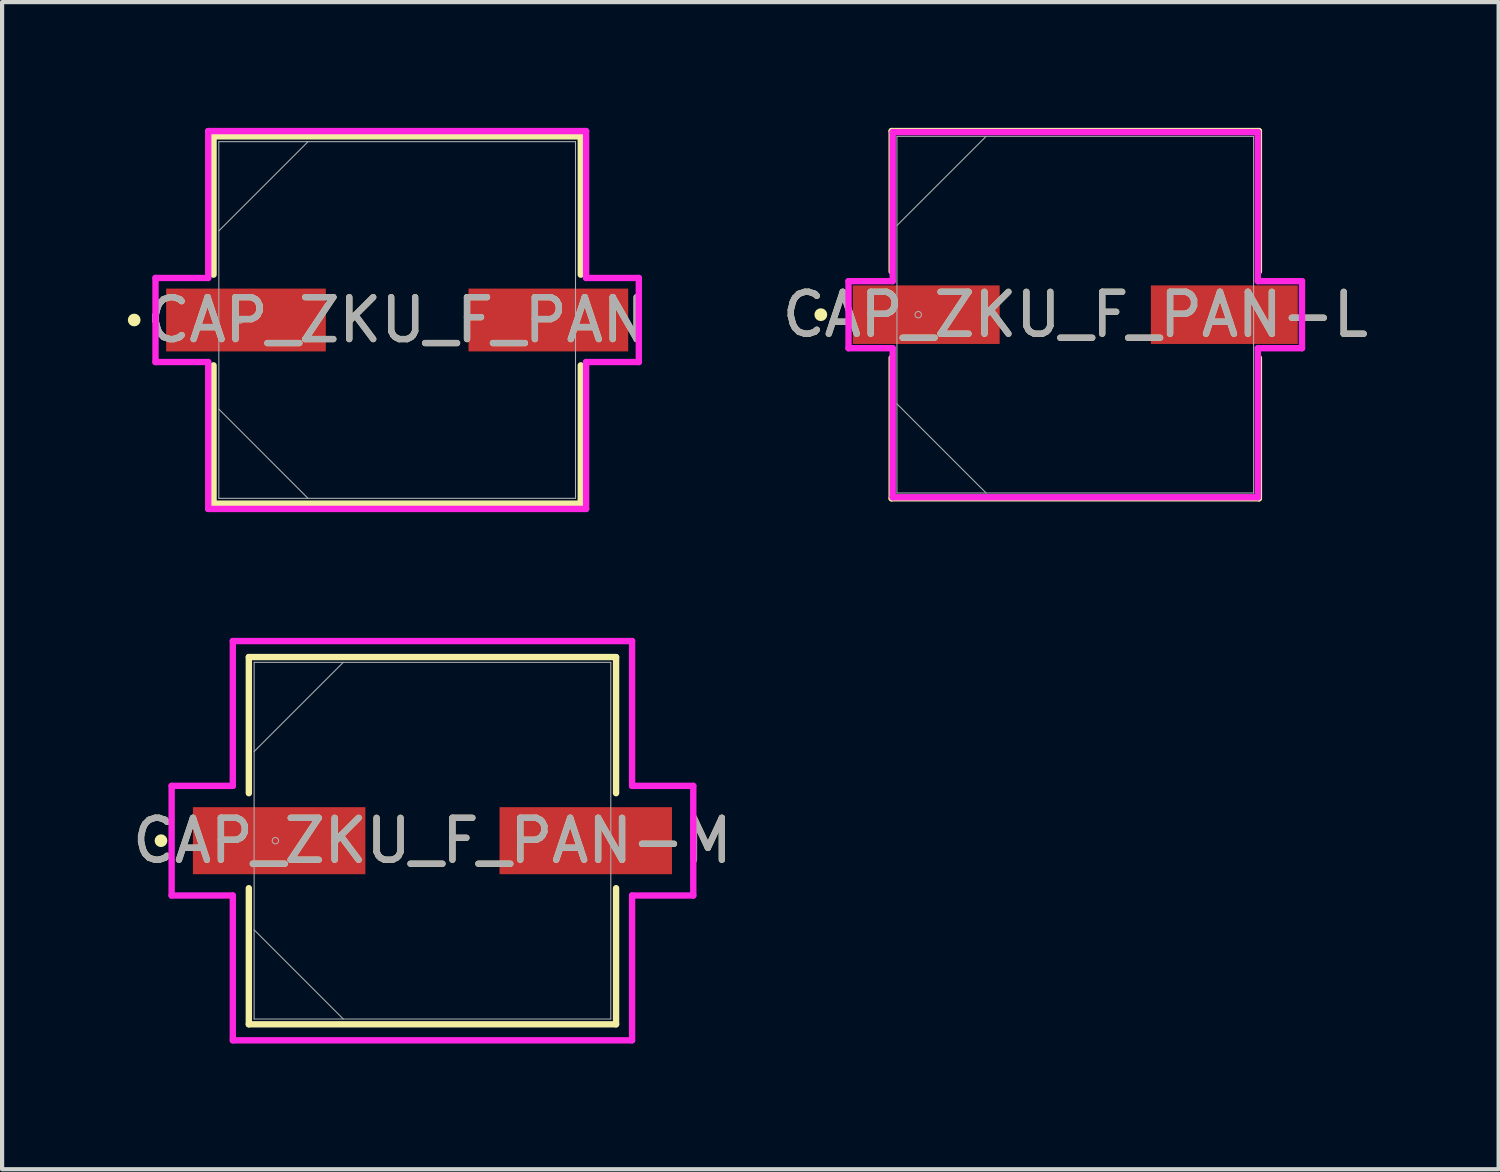
<source format=kicad_pcb>
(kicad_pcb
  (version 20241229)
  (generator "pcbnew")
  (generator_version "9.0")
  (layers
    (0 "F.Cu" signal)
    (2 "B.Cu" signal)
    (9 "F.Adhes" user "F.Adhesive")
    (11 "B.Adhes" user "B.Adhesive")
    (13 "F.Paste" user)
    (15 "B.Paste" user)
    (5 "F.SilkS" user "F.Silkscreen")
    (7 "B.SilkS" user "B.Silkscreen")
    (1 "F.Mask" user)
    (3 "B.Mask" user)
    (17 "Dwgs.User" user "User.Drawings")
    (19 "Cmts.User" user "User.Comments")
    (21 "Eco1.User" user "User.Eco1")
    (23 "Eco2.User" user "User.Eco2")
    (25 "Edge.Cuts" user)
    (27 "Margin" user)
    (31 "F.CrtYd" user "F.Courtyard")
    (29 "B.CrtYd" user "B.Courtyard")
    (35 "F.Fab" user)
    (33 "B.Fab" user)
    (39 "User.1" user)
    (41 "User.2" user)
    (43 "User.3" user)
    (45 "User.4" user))
  (footprint "CAP_ZKU_F_PAN"
    (layer "F.Cu")
    (at 6.426 4.585)
    (property "Reference" "CAP_ZKU_F_PAN" (at 0 0 0) (unlocked yes) (layer "F.SilkS") (effects (font (size 1 1) (thickness 0.15))))
    (attr smd)
    (fp_line (start -4.381 -4.381) (end -4.381 -1.082) (stroke (width 0.152) (type solid)) (layer "F.SilkS"))
    (fp_line (start -4.381 1.082) (end -4.381 4.381) (stroke (width 0.152) (type solid)) (layer "F.SilkS"))
    (fp_line (start -4.381 4.381) (end 4.381 4.381) (stroke (width 0.152) (type solid)) (layer "F.SilkS"))
    (fp_line (start 4.381 -4.381) (end -4.381 -4.381) (stroke (width 0.152) (type solid)) (layer "F.SilkS"))
    (fp_line (start 4.381 -1.082) (end 4.381 -4.381) (stroke (width 0.152) (type solid)) (layer "F.SilkS"))
    (fp_line (start 4.381 4.381) (end 4.381 1.082) (stroke (width 0.152) (type solid)) (layer "F.SilkS"))
    (fp_circle (center -6.274 0) (end -6.198 0) (stroke (width 0.152) (type solid)) (fill no) (layer "F.SilkS"))
    (fp_line (start -5.766 -1.003) (end -4.508 -1.003) (stroke (width 0.152) (type solid)) (layer "F.CrtYd"))
    (fp_line (start -5.766 1.003) (end -5.766 -1.003) (stroke (width 0.152) (type solid)) (layer "F.CrtYd"))
    (fp_line (start -4.508 -4.508) (end 4.508 -4.508) (stroke (width 0.152) (type solid)) (layer "F.CrtYd"))
    (fp_line (start -4.508 -1.003) (end -4.508 -4.508) (stroke (width 0.152) (type solid)) (layer "F.CrtYd"))
    (fp_line (start -4.508 1.003) (end -5.766 1.003) (stroke (width 0.152) (type solid)) (layer "F.CrtYd"))
    (fp_line (start -4.508 4.508) (end -4.508 1.003) (stroke (width 0.152) (type solid)) (layer "F.CrtYd"))
    (fp_line (start 4.508 -4.508) (end 4.508 -1.003) (stroke (width 0.152) (type solid)) (layer "F.CrtYd"))
    (fp_line (start 4.508 -1.003) (end 5.766 -1.003) (stroke (width 0.152) (type solid)) (layer "F.CrtYd"))
    (fp_line (start 4.508 1.003) (end 4.508 4.508) (stroke (width 0.152) (type solid)) (layer "F.CrtYd"))
    (fp_line (start 4.508 4.508) (end -4.508 4.508) (stroke (width 0.152) (type solid)) (layer "F.CrtYd"))
    (fp_line (start 5.766 -1.003) (end 5.766 1.003) (stroke (width 0.152) (type solid)) (layer "F.CrtYd"))
    (fp_line (start 5.766 1.003) (end 4.508 1.003) (stroke (width 0.152) (type solid)) (layer "F.CrtYd"))
    (fp_line (start -4.255 -4.255) (end -4.255 4.255) (stroke (width 0.025) (type solid)) (layer "F.Fab"))
    (fp_line (start -4.255 -2.127) (end -2.127 -4.255) (stroke (width 0.025) (type solid)) (layer "F.Fab"))
    (fp_line (start -4.255 2.127) (end -2.127 4.255) (stroke (width 0.025) (type solid)) (layer "F.Fab"))
    (fp_line (start -4.255 4.255) (end 4.255 4.255) (stroke (width 0.025) (type solid)) (layer "F.Fab"))
    (fp_line (start 4.255 -4.255) (end -4.255 -4.255) (stroke (width 0.025) (type solid)) (layer "F.Fab"))
    (fp_line (start 4.255 4.255) (end 4.255 -4.255) (stroke (width 0.025) (type solid)) (layer "F.Fab"))
    (fp_circle (center -3.747 0) (end -3.67 0) (stroke (width 0.025) (type solid)) (fill no) (layer "F.Fab"))
    (fp_text user "${REFERENCE}" (at 0 0 0) (unlocked yes) (layer "F.Fab") (effects (font (size 1 1) (thickness 0.15))))
    (pad "1" smd rect (at -3.607 0) (size 3.81 1.499) (layers "F.Cu" "F.Mask" "F.Paste"))
    (pad "2" smd rect (at 3.607 0) (size 3.81 1.499) (layers "F.Cu" "F.Mask" "F.Paste"))
    (zone (net_name "") (layer "F.Cu") (hatch full 0.508) (connect_pads) (min_thickness 0.254) (filled_areas_thickness no) (keepout (tracks not_allowed) (vias not_allowed) (pads allowed) (copperpour not_allowed) (footprints allowed)) (placement (enabled no)) (fill) (polygon (pts (xy 2.223 0.381) (xy 10.63 0.381) (xy 10.63 3.785) (xy 2.223 3.785))))
    (zone (net_name "") (layer "F.Cu") (hatch full 0.508) (connect_pads) (min_thickness 0.254) (filled_areas_thickness no) (keepout (tracks not_allowed) (vias not_allowed) (pads allowed) (copperpour not_allowed) (footprints allowed)) (placement (enabled no)) (fill) (polygon (pts (xy 2.223 5.385) (xy 10.63 5.385) (xy 10.63 8.788) (xy 2.223 8.788))))
    (zone (net_name "") (layer "F.Cu") (hatch full 0.508) (connect_pads) (min_thickness 0.254) (filled_areas_thickness no) (keepout (tracks not_allowed) (vias not_allowed) (pads allowed) (copperpour not_allowed) (footprints allowed)) (placement (enabled no)) (fill) (polygon (pts (xy 4.775 3.785) (xy 8.077 3.785) (xy 8.077 5.385) (xy 4.775 5.385)))))
  (footprint "CAP_ZKU_F_PAN-L"
    (layer "F.Cu")
    (at 22.605 4.458)
    (property "Reference" "CAP_ZKU_F_PAN-L" (at 0 0 0) (unlocked yes) (layer "F.SilkS") (effects (font (size 1 1) (thickness 0.15))))
    (attr smd)
    (fp_line (start -4.381 -4.381) (end -4.381 -1.031) (stroke (width 0.152) (type solid)) (layer "F.SilkS"))
    (fp_line (start -4.381 1.031) (end -4.381 4.381) (stroke (width 0.152) (type solid)) (layer "F.SilkS"))
    (fp_line (start -4.381 4.381) (end 4.381 4.381) (stroke (width 0.152) (type solid)) (layer "F.SilkS"))
    (fp_line (start 4.381 -4.381) (end -4.381 -4.381) (stroke (width 0.152) (type solid)) (layer "F.SilkS"))
    (fp_line (start 4.381 -1.031) (end 4.381 -4.381) (stroke (width 0.152) (type solid)) (layer "F.SilkS"))
    (fp_line (start 4.381 4.381) (end 4.381 1.031) (stroke (width 0.152) (type solid)) (layer "F.SilkS"))
    (fp_circle (center -6.071 0) (end -5.994 0) (stroke (width 0.152) (type solid)) (fill no) (layer "F.SilkS"))
    (fp_line (start -5.41 -0.8) (end -4.356 -0.8) (stroke (width 0.152) (type solid)) (layer "F.CrtYd"))
    (fp_line (start -5.41 0.8) (end -5.41 -0.8) (stroke (width 0.152) (type solid)) (layer "F.CrtYd"))
    (fp_line (start -4.356 -4.356) (end 4.356 -4.356) (stroke (width 0.152) (type solid)) (layer "F.CrtYd"))
    (fp_line (start -4.356 -0.8) (end -4.356 -4.356) (stroke (width 0.152) (type solid)) (layer "F.CrtYd"))
    (fp_line (start -4.356 0.8) (end -5.41 0.8) (stroke (width 0.152) (type solid)) (layer "F.CrtYd"))
    (fp_line (start -4.356 4.356) (end -4.356 0.8) (stroke (width 0.152) (type solid)) (layer "F.CrtYd"))
    (fp_line (start 4.356 -4.356) (end 4.356 -0.8) (stroke (width 0.152) (type solid)) (layer "F.CrtYd"))
    (fp_line (start 4.356 -0.8) (end 5.41 -0.8) (stroke (width 0.152) (type solid)) (layer "F.CrtYd"))
    (fp_line (start 4.356 0.8) (end 4.356 4.356) (stroke (width 0.152) (type solid)) (layer "F.CrtYd"))
    (fp_line (start 4.356 4.356) (end -4.356 4.356) (stroke (width 0.152) (type solid)) (layer "F.CrtYd"))
    (fp_line (start 5.41 -0.8) (end 5.41 0.8) (stroke (width 0.152) (type solid)) (layer "F.CrtYd"))
    (fp_line (start 5.41 0.8) (end 4.356 0.8) (stroke (width 0.152) (type solid)) (layer "F.CrtYd"))
    (fp_line (start -4.255 -4.255) (end -4.255 4.255) (stroke (width 0.025) (type solid)) (layer "F.Fab"))
    (fp_line (start -4.255 -2.127) (end -2.127 -4.255) (stroke (width 0.025) (type solid)) (layer "F.Fab"))
    (fp_line (start -4.255 2.127) (end -2.127 4.255) (stroke (width 0.025) (type solid)) (layer "F.Fab"))
    (fp_line (start -4.255 4.255) (end 4.255 4.255) (stroke (width 0.025) (type solid)) (layer "F.Fab"))
    (fp_line (start 4.255 -4.255) (end -4.255 -4.255) (stroke (width 0.025) (type solid)) (layer "F.Fab"))
    (fp_line (start 4.255 4.255) (end 4.255 -4.255) (stroke (width 0.025) (type solid)) (layer "F.Fab"))
    (fp_circle (center -3.747 0) (end -3.67 0) (stroke (width 0.025) (type solid)) (fill no) (layer "F.Fab"))
    (fp_text user "${REFERENCE}" (at 0 0 0) (unlocked yes) (layer "F.Fab") (effects (font (size 1 1) (thickness 0.15))))
    (pad "1" smd rect (at -3.556 0) (size 3.505 1.397) (layers "F.Cu" "F.Mask" "F.Paste"))
    (pad "2" smd rect (at 3.556 0) (size 3.505 1.397) (layers "F.Cu" "F.Mask" "F.Paste"))
    (zone (net_name "") (layer "F.Cu") (hatch full 0.508) (connect_pads) (min_thickness 0.254) (filled_areas_thickness no) (keepout (tracks not_allowed) (vias not_allowed) (pads allowed) (copperpour not_allowed) (footprints allowed)) (placement (enabled no)) (fill) (polygon (pts (xy 18.401 0.254) (xy 26.808 0.254) (xy 26.808 3.708) (xy 18.401 3.708))))
    (zone (net_name "") (layer "F.Cu") (hatch full 0.508) (connect_pads) (min_thickness 0.254) (filled_areas_thickness no) (keepout (tracks not_allowed) (vias not_allowed) (pads allowed) (copperpour not_allowed) (footprints allowed)) (placement (enabled no)) (fill) (polygon (pts (xy 18.401 5.207) (xy 26.808 5.207) (xy 26.808 8.661) (xy 18.401 8.661))))
    (zone (net_name "") (layer "F.Cu") (hatch full 0.508) (connect_pads) (min_thickness 0.254) (filled_areas_thickness no) (keepout (tracks not_allowed) (vias not_allowed) (pads allowed) (copperpour not_allowed) (footprints allowed)) (placement (enabled no)) (fill) (polygon (pts (xy 20.852 3.708) (xy 24.357 3.708) (xy 24.357 5.207) (xy 20.852 5.207)))))
  (footprint "CAP_ZKU_F_PAN-M"
    (layer "F.Cu")
    (at 7.268 17.008)
    (property "Reference" "CAP_ZKU_F_PAN-M" (at 0 0 0) (unlocked yes) (layer "F.SilkS") (effects (font (size 1 1) (thickness 0.15))))
    (attr smd)
    (fp_line (start -4.381 -4.381) (end -4.381 -1.133) (stroke (width 0.152) (type solid)) (layer "F.SilkS"))
    (fp_line (start -4.381 1.133) (end -4.381 4.381) (stroke (width 0.152) (type solid)) (layer "F.SilkS"))
    (fp_line (start -4.381 4.381) (end 4.381 4.381) (stroke (width 0.152) (type solid)) (layer "F.SilkS"))
    (fp_line (start 4.381 -4.381) (end -4.381 -4.381) (stroke (width 0.152) (type solid)) (layer "F.SilkS"))
    (fp_line (start 4.381 -1.133) (end 4.381 -4.381) (stroke (width 0.152) (type solid)) (layer "F.SilkS"))
    (fp_line (start 4.381 4.381) (end 4.381 1.133) (stroke (width 0.152) (type solid)) (layer "F.SilkS"))
    (fp_circle (center -6.477 0) (end -6.401 0) (stroke (width 0.152) (type solid)) (fill no) (layer "F.SilkS"))
    (fp_line (start -6.223 -1.308) (end -4.763 -1.308) (stroke (width 0.152) (type solid)) (layer "F.CrtYd"))
    (fp_line (start -6.223 1.308) (end -6.223 -1.308) (stroke (width 0.152) (type solid)) (layer "F.CrtYd"))
    (fp_line (start -4.763 -4.763) (end 4.763 -4.763) (stroke (width 0.152) (type solid)) (layer "F.CrtYd"))
    (fp_line (start -4.763 -1.308) (end -4.763 -4.763) (stroke (width 0.152) (type solid)) (layer "F.CrtYd"))
    (fp_line (start -4.763 1.308) (end -6.223 1.308) (stroke (width 0.152) (type solid)) (layer "F.CrtYd"))
    (fp_line (start -4.763 4.763) (end -4.763 1.308) (stroke (width 0.152) (type solid)) (layer "F.CrtYd"))
    (fp_line (start 4.763 -4.763) (end 4.763 -1.308) (stroke (width 0.152) (type solid)) (layer "F.CrtYd"))
    (fp_line (start 4.763 -1.308) (end 6.223 -1.308) (stroke (width 0.152) (type solid)) (layer "F.CrtYd"))
    (fp_line (start 4.763 1.308) (end 4.763 4.763) (stroke (width 0.152) (type solid)) (layer "F.CrtYd"))
    (fp_line (start 4.763 4.763) (end -4.763 4.763) (stroke (width 0.152) (type solid)) (layer "F.CrtYd"))
    (fp_line (start 6.223 -1.308) (end 6.223 1.308) (stroke (width 0.152) (type solid)) (layer "F.CrtYd"))
    (fp_line (start 6.223 1.308) (end 4.763 1.308) (stroke (width 0.152) (type solid)) (layer "F.CrtYd"))
    (fp_line (start -4.255 -4.255) (end -4.255 4.255) (stroke (width 0.025) (type solid)) (layer "F.Fab"))
    (fp_line (start -4.255 -2.127) (end -2.127 -4.255) (stroke (width 0.025) (type solid)) (layer "F.Fab"))
    (fp_line (start -4.255 2.127) (end -2.127 4.255) (stroke (width 0.025) (type solid)) (layer "F.Fab"))
    (fp_line (start -4.255 4.255) (end 4.255 4.255) (stroke (width 0.025) (type solid)) (layer "F.Fab"))
    (fp_line (start 4.255 -4.255) (end -4.255 -4.255) (stroke (width 0.025) (type solid)) (layer "F.Fab"))
    (fp_line (start 4.255 4.255) (end 4.255 -4.255) (stroke (width 0.025) (type solid)) (layer "F.Fab"))
    (fp_circle (center -3.747 0) (end -3.67 0) (stroke (width 0.025) (type solid)) (fill no) (layer "F.Fab"))
    (fp_text user "${REFERENCE}" (at 0 0 0) (unlocked yes) (layer "F.Fab") (effects (font (size 1 1) (thickness 0.15))))
    (pad "1" smd rect (at -3.658 0) (size 4.115 1.6) (layers "F.Cu" "F.Mask" "F.Paste"))
    (pad "2" smd rect (at 3.658 0) (size 4.115 1.6) (layers "F.Cu" "F.Mask" "F.Paste"))
    (zone (net_name "") (layer "F.Cu") (hatch full 0.508) (connect_pads) (min_thickness 0.254) (filled_areas_thickness no) (keepout (tracks not_allowed) (vias not_allowed) (pads allowed) (copperpour not_allowed) (footprints allowed)) (placement (enabled no)) (fill) (polygon (pts (xy 3.064 12.804) (xy 11.472 12.804) (xy 11.472 16.157) (xy 3.064 16.157))))
    (zone (net_name "") (layer "F.Cu") (hatch full 0.508) (connect_pads) (min_thickness 0.254) (filled_areas_thickness no) (keepout (tracks not_allowed) (vias not_allowed) (pads allowed) (copperpour not_allowed) (footprints allowed)) (placement (enabled no)) (fill) (polygon (pts (xy 3.064 17.859) (xy 11.472 17.859) (xy 11.472 21.212) (xy 3.064 21.212))))
    (zone (net_name "") (layer "F.Cu") (hatch full 0.508) (connect_pads) (min_thickness 0.254) (filled_areas_thickness no) (keepout (tracks not_allowed) (vias not_allowed) (pads allowed) (copperpour not_allowed) (footprints allowed)) (placement (enabled no)) (fill) (polygon (pts (xy 5.718 16.157) (xy 8.817 16.157) (xy 8.817 17.859) (xy 5.718 17.859)))))
  (gr_rect
    (start -3 -3)
    (end 32.706 24.847)
    (stroke (width 0.1) (type default))
    (fill no)
    (layer "Edge.Cuts")))
</source>
